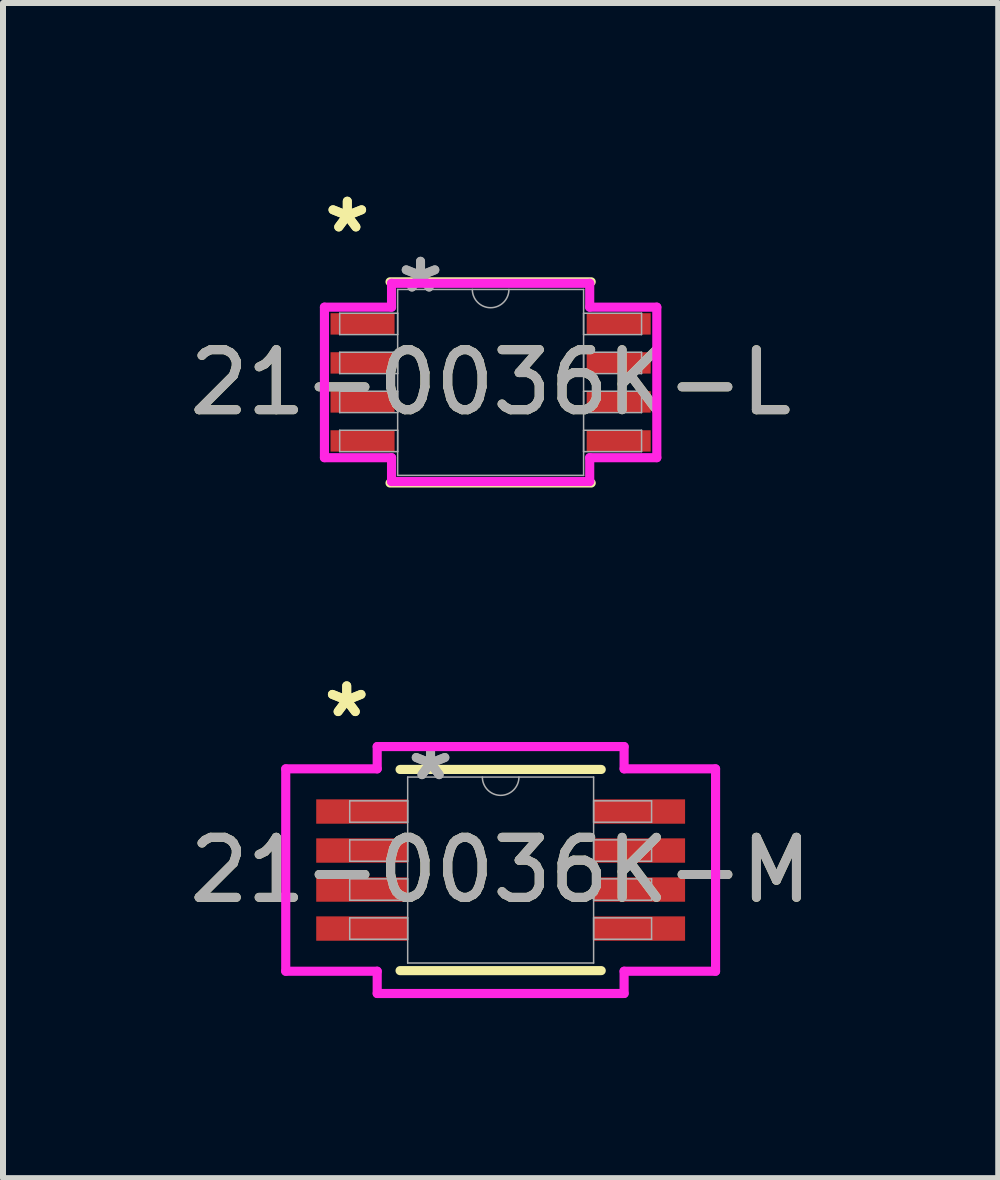
<source format=kicad_pcb>
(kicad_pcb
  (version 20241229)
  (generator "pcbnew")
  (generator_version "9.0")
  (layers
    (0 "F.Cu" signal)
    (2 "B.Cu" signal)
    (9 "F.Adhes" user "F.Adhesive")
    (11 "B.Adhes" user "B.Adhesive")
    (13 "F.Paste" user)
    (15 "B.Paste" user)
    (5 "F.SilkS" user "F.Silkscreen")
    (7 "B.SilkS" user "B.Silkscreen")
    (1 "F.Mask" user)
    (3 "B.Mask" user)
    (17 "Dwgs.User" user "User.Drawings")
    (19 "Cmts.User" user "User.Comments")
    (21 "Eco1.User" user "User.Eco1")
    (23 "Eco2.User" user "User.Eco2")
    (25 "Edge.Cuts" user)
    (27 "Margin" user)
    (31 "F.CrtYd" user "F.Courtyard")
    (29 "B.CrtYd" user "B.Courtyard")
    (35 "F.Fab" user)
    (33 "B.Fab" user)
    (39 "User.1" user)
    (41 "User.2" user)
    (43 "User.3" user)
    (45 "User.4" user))
  (footprint "21-0036K-L"
    (layer "F.Cu")
    (at 5.125 3.322)
    (property "Reference" "21-0036K-L" (at 0 0 0) (unlocked yes) (layer "F.SilkS") (effects (font (size 1 1) (thickness 0.15))))
    (attr smd)
    (fp_line (start -1.676 1.676) (end 1.676 1.676) (stroke (width 0.152) (type solid)) (layer "F.SilkS"))
    (fp_line (start 1.676 -1.676) (end -1.676 -1.676) (stroke (width 0.152) (type solid)) (layer "F.SilkS"))
    (fp_line (start -2.769 -1.254) (end -1.651 -1.254) (stroke (width 0.152) (type solid)) (layer "F.CrtYd"))
    (fp_line (start -2.769 1.254) (end -2.769 -1.254) (stroke (width 0.152) (type solid)) (layer "F.CrtYd"))
    (fp_line (start -2.769 1.254) (end -1.651 1.254) (stroke (width 0.152) (type solid)) (layer "F.CrtYd"))
    (fp_line (start -1.651 -1.651) (end 1.651 -1.651) (stroke (width 0.152) (type solid)) (layer "F.CrtYd"))
    (fp_line (start -1.651 -1.254) (end -1.651 -1.651) (stroke (width 0.152) (type solid)) (layer "F.CrtYd"))
    (fp_line (start -1.651 1.651) (end -1.651 1.254) (stroke (width 0.152) (type solid)) (layer "F.CrtYd"))
    (fp_line (start 1.651 -1.651) (end 1.651 -1.254) (stroke (width 0.152) (type solid)) (layer "F.CrtYd"))
    (fp_line (start 1.651 1.254) (end 1.651 1.651) (stroke (width 0.152) (type solid)) (layer "F.CrtYd"))
    (fp_line (start 1.651 1.651) (end -1.651 1.651) (stroke (width 0.152) (type solid)) (layer "F.CrtYd"))
    (fp_line (start 2.769 -1.254) (end 1.651 -1.254) (stroke (width 0.152) (type solid)) (layer "F.CrtYd"))
    (fp_line (start 2.769 -1.254) (end 2.769 1.254) (stroke (width 0.152) (type solid)) (layer "F.CrtYd"))
    (fp_line (start 2.769 1.254) (end 1.651 1.254) (stroke (width 0.152) (type solid)) (layer "F.CrtYd"))
    (fp_line (start -2.515 -1.153) (end -2.515 -0.797) (stroke (width 0.025) (type solid)) (layer "F.Fab"))
    (fp_line (start -2.515 -0.797) (end -1.549 -0.797) (stroke (width 0.025) (type solid)) (layer "F.Fab"))
    (fp_line (start -2.515 -0.503) (end -2.515 -0.147) (stroke (width 0.025) (type solid)) (layer "F.Fab"))
    (fp_line (start -2.515 -0.147) (end -1.549 -0.147) (stroke (width 0.025) (type solid)) (layer "F.Fab"))
    (fp_line (start -2.515 0.147) (end -2.515 0.503) (stroke (width 0.025) (type solid)) (layer "F.Fab"))
    (fp_line (start -2.515 0.503) (end -1.549 0.503) (stroke (width 0.025) (type solid)) (layer "F.Fab"))
    (fp_line (start -2.515 0.797) (end -2.515 1.153) (stroke (width 0.025) (type solid)) (layer "F.Fab"))
    (fp_line (start -2.515 1.153) (end -1.549 1.153) (stroke (width 0.025) (type solid)) (layer "F.Fab"))
    (fp_line (start -1.549 -1.549) (end -1.549 1.549) (stroke (width 0.025) (type solid)) (layer "F.Fab"))
    (fp_line (start -1.549 -1.153) (end -2.515 -1.153) (stroke (width 0.025) (type solid)) (layer "F.Fab"))
    (fp_line (start -1.549 -0.797) (end -1.549 -1.153) (stroke (width 0.025) (type solid)) (layer "F.Fab"))
    (fp_line (start -1.549 -0.503) (end -2.515 -0.503) (stroke (width 0.025) (type solid)) (layer "F.Fab"))
    (fp_line (start -1.549 -0.147) (end -1.549 -0.503) (stroke (width 0.025) (type solid)) (layer "F.Fab"))
    (fp_line (start -1.549 0.147) (end -2.515 0.147) (stroke (width 0.025) (type solid)) (layer "F.Fab"))
    (fp_line (start -1.549 0.503) (end -1.549 0.147) (stroke (width 0.025) (type solid)) (layer "F.Fab"))
    (fp_line (start -1.549 0.797) (end -2.515 0.797) (stroke (width 0.025) (type solid)) (layer "F.Fab"))
    (fp_line (start -1.549 1.153) (end -1.549 0.797) (stroke (width 0.025) (type solid)) (layer "F.Fab"))
    (fp_line (start -1.549 1.549) (end 1.549 1.549) (stroke (width 0.025) (type solid)) (layer "F.Fab"))
    (fp_line (start 1.549 -1.549) (end -1.549 -1.549) (stroke (width 0.025) (type solid)) (layer "F.Fab"))
    (fp_line (start 1.549 -1.153) (end 1.549 -0.797) (stroke (width 0.025) (type solid)) (layer "F.Fab"))
    (fp_line (start 1.549 -0.797) (end 2.515 -0.797) (stroke (width 0.025) (type solid)) (layer "F.Fab"))
    (fp_line (start 1.549 -0.503) (end 1.549 -0.147) (stroke (width 0.025) (type solid)) (layer "F.Fab"))
    (fp_line (start 1.549 -0.147) (end 2.515 -0.147) (stroke (width 0.025) (type solid)) (layer "F.Fab"))
    (fp_line (start 1.549 0.147) (end 1.549 0.503) (stroke (width 0.025) (type solid)) (layer "F.Fab"))
    (fp_line (start 1.549 0.503) (end 2.515 0.503) (stroke (width 0.025) (type solid)) (layer "F.Fab"))
    (fp_line (start 1.549 0.797) (end 1.549 1.153) (stroke (width 0.025) (type solid)) (layer "F.Fab"))
    (fp_line (start 1.549 1.153) (end 2.515 1.153) (stroke (width 0.025) (type solid)) (layer "F.Fab"))
    (fp_line (start 1.549 1.549) (end 1.549 -1.549) (stroke (width 0.025) (type solid)) (layer "F.Fab"))
    (fp_line (start 2.515 -1.153) (end 1.549 -1.153) (stroke (width 0.025) (type solid)) (layer "F.Fab"))
    (fp_line (start 2.515 -0.797) (end 2.515 -1.153) (stroke (width 0.025) (type solid)) (layer "F.Fab"))
    (fp_line (start 2.515 -0.503) (end 1.549 -0.503) (stroke (width 0.025) (type solid)) (layer "F.Fab"))
    (fp_line (start 2.515 -0.147) (end 2.515 -0.503) (stroke (width 0.025) (type solid)) (layer "F.Fab"))
    (fp_line (start 2.515 0.147) (end 1.549 0.147) (stroke (width 0.025) (type solid)) (layer "F.Fab"))
    (fp_line (start 2.515 0.503) (end 2.515 0.147) (stroke (width 0.025) (type solid)) (layer "F.Fab"))
    (fp_line (start 2.515 0.797) (end 1.549 0.797) (stroke (width 0.025) (type solid)) (layer "F.Fab"))
    (fp_line (start 2.515 1.153) (end 2.515 0.797) (stroke (width 0.025) (type solid)) (layer "F.Fab"))
    (fp_arc (start 0.3048 -1.5494) (mid 0 -1.2446) (end -0.3048 -1.5494) (stroke (width 0.0254) (type solid)) (layer "F.Fab"))
    (fp_text user "*" (at -2.388 -2.474 0) (layer "F.SilkS") (effects (font (size 1 1) (thickness 0.15))))
    (fp_text user "*" (at -2.388 -2.474 0) (unlocked yes) (layer "F.SilkS") (effects (font (size 1 1) (thickness 0.15))))
    (fp_text user "*" (at -1.168 -1.473 0) (unlocked yes) (layer "F.Fab") (effects (font (size 1 1) (thickness 0.15))))
    (fp_text user "${REFERENCE}" (at 0 0 0) (unlocked yes) (layer "F.Fab") (effects (font (size 1 1) (thickness 0.15))))
    (fp_text user "*" (at -1.168 -1.473 0) (layer "F.Fab") (effects (font (size 1 1) (thickness 0.15))))
    (pad "1" smd rect (at -2.134 -0.975) (size 1.067 0.356) (layers "F.Cu" "F.Mask" "F.Paste"))
    (pad "2" smd rect (at -2.134 -0.325) (size 1.067 0.356) (layers "F.Cu" "F.Mask" "F.Paste"))
    (pad "3" smd rect (at -2.134 0.325) (size 1.067 0.356) (layers "F.Cu" "F.Mask" "F.Paste"))
    (pad "4" smd rect (at -2.134 0.975) (size 1.067 0.356) (layers "F.Cu" "F.Mask" "F.Paste"))
    (pad "5" smd rect (at 2.134 0.975) (size 1.067 0.356) (layers "F.Cu" "F.Mask" "F.Paste"))
    (pad "6" smd rect (at 2.134 0.325) (size 1.067 0.356) (layers "F.Cu" "F.Mask" "F.Paste"))
    (pad "7" smd rect (at 2.134 -0.325) (size 1.067 0.356) (layers "F.Cu" "F.Mask" "F.Paste"))
    (pad "8" smd rect (at 2.134 -0.975) (size 1.067 0.356) (layers "F.Cu" "F.Mask" "F.Paste")))
  (footprint "21-0036K-M"
    (layer "F.Cu")
    (at 5.292 11.447)
    (property "Reference" "21-0036K-M" (at 0 0 0) (unlocked yes) (layer "F.SilkS") (effects (font (size 1 1) (thickness 0.15))))
    (attr smd)
    (fp_line (start -1.676 1.676) (end 1.676 1.676) (stroke (width 0.152) (type solid)) (layer "F.SilkS"))
    (fp_line (start 1.676 -1.676) (end -1.676 -1.676) (stroke (width 0.152) (type solid)) (layer "F.SilkS"))
    (fp_line (start -3.581 -1.686) (end -2.057 -1.686) (stroke (width 0.152) (type solid)) (layer "F.CrtYd"))
    (fp_line (start -3.581 1.686) (end -3.581 -1.686) (stroke (width 0.152) (type solid)) (layer "F.CrtYd"))
    (fp_line (start -3.581 1.686) (end -2.057 1.686) (stroke (width 0.152) (type solid)) (layer "F.CrtYd"))
    (fp_line (start -2.057 -2.057) (end 2.057 -2.057) (stroke (width 0.152) (type solid)) (layer "F.CrtYd"))
    (fp_line (start -2.057 -1.686) (end -2.057 -2.057) (stroke (width 0.152) (type solid)) (layer "F.CrtYd"))
    (fp_line (start -2.057 2.057) (end -2.057 1.686) (stroke (width 0.152) (type solid)) (layer "F.CrtYd"))
    (fp_line (start 2.057 -2.057) (end 2.057 -1.686) (stroke (width 0.152) (type solid)) (layer "F.CrtYd"))
    (fp_line (start 2.057 1.686) (end 2.057 2.057) (stroke (width 0.152) (type solid)) (layer "F.CrtYd"))
    (fp_line (start 2.057 2.057) (end -2.057 2.057) (stroke (width 0.152) (type solid)) (layer "F.CrtYd"))
    (fp_line (start 3.581 -1.686) (end 2.057 -1.686) (stroke (width 0.152) (type solid)) (layer "F.CrtYd"))
    (fp_line (start 3.581 -1.686) (end 3.581 1.686) (stroke (width 0.152) (type solid)) (layer "F.CrtYd"))
    (fp_line (start 3.581 1.686) (end 2.057 1.686) (stroke (width 0.152) (type solid)) (layer "F.CrtYd"))
    (fp_line (start -2.515 -1.153) (end -2.515 -0.797) (stroke (width 0.025) (type solid)) (layer "F.Fab"))
    (fp_line (start -2.515 -0.797) (end -1.549 -0.797) (stroke (width 0.025) (type solid)) (layer "F.Fab"))
    (fp_line (start -2.515 -0.503) (end -2.515 -0.147) (stroke (width 0.025) (type solid)) (layer "F.Fab"))
    (fp_line (start -2.515 -0.147) (end -1.549 -0.147) (stroke (width 0.025) (type solid)) (layer "F.Fab"))
    (fp_line (start -2.515 0.147) (end -2.515 0.503) (stroke (width 0.025) (type solid)) (layer "F.Fab"))
    (fp_line (start -2.515 0.503) (end -1.549 0.503) (stroke (width 0.025) (type solid)) (layer "F.Fab"))
    (fp_line (start -2.515 0.797) (end -2.515 1.153) (stroke (width 0.025) (type solid)) (layer "F.Fab"))
    (fp_line (start -2.515 1.153) (end -1.549 1.153) (stroke (width 0.025) (type solid)) (layer "F.Fab"))
    (fp_line (start -1.549 -1.549) (end -1.549 1.549) (stroke (width 0.025) (type solid)) (layer "F.Fab"))
    (fp_line (start -1.549 -1.153) (end -2.515 -1.153) (stroke (width 0.025) (type solid)) (layer "F.Fab"))
    (fp_line (start -1.549 -0.797) (end -1.549 -1.153) (stroke (width 0.025) (type solid)) (layer "F.Fab"))
    (fp_line (start -1.549 -0.503) (end -2.515 -0.503) (stroke (width 0.025) (type solid)) (layer "F.Fab"))
    (fp_line (start -1.549 -0.147) (end -1.549 -0.503) (stroke (width 0.025) (type solid)) (layer "F.Fab"))
    (fp_line (start -1.549 0.147) (end -2.515 0.147) (stroke (width 0.025) (type solid)) (layer "F.Fab"))
    (fp_line (start -1.549 0.503) (end -1.549 0.147) (stroke (width 0.025) (type solid)) (layer "F.Fab"))
    (fp_line (start -1.549 0.797) (end -2.515 0.797) (stroke (width 0.025) (type solid)) (layer "F.Fab"))
    (fp_line (start -1.549 1.153) (end -1.549 0.797) (stroke (width 0.025) (type solid)) (layer "F.Fab"))
    (fp_line (start -1.549 1.549) (end 1.549 1.549) (stroke (width 0.025) (type solid)) (layer "F.Fab"))
    (fp_line (start 1.549 -1.549) (end -1.549 -1.549) (stroke (width 0.025) (type solid)) (layer "F.Fab"))
    (fp_line (start 1.549 -1.153) (end 1.549 -0.797) (stroke (width 0.025) (type solid)) (layer "F.Fab"))
    (fp_line (start 1.549 -0.797) (end 2.515 -0.797) (stroke (width 0.025) (type solid)) (layer "F.Fab"))
    (fp_line (start 1.549 -0.503) (end 1.549 -0.147) (stroke (width 0.025) (type solid)) (layer "F.Fab"))
    (fp_line (start 1.549 -0.147) (end 2.515 -0.147) (stroke (width 0.025) (type solid)) (layer "F.Fab"))
    (fp_line (start 1.549 0.147) (end 1.549 0.503) (stroke (width 0.025) (type solid)) (layer "F.Fab"))
    (fp_line (start 1.549 0.503) (end 2.515 0.503) (stroke (width 0.025) (type solid)) (layer "F.Fab"))
    (fp_line (start 1.549 0.797) (end 1.549 1.153) (stroke (width 0.025) (type solid)) (layer "F.Fab"))
    (fp_line (start 1.549 1.153) (end 2.515 1.153) (stroke (width 0.025) (type solid)) (layer "F.Fab"))
    (fp_line (start 1.549 1.549) (end 1.549 -1.549) (stroke (width 0.025) (type solid)) (layer "F.Fab"))
    (fp_line (start 2.515 -1.153) (end 1.549 -1.153) (stroke (width 0.025) (type solid)) (layer "F.Fab"))
    (fp_line (start 2.515 -0.797) (end 2.515 -1.153) (stroke (width 0.025) (type solid)) (layer "F.Fab"))
    (fp_line (start 2.515 -0.503) (end 1.549 -0.503) (stroke (width 0.025) (type solid)) (layer "F.Fab"))
    (fp_line (start 2.515 -0.147) (end 2.515 -0.503) (stroke (width 0.025) (type solid)) (layer "F.Fab"))
    (fp_line (start 2.515 0.147) (end 1.549 0.147) (stroke (width 0.025) (type solid)) (layer "F.Fab"))
    (fp_line (start 2.515 0.503) (end 2.515 0.147) (stroke (width 0.025) (type solid)) (layer "F.Fab"))
    (fp_line (start 2.515 0.797) (end 1.549 0.797) (stroke (width 0.025) (type solid)) (layer "F.Fab"))
    (fp_line (start 2.515 1.153) (end 2.515 0.797) (stroke (width 0.025) (type solid)) (layer "F.Fab"))
    (fp_arc (start 0.3048 -1.5494) (mid 0 -1.2446) (end -0.3048 -1.5494) (stroke (width 0.0254) (type solid)) (layer "F.Fab"))
    (fp_text user "*" (at -2.565 -2.524 0) (layer "F.SilkS") (effects (font (size 1 1) (thickness 0.15))))
    (fp_text user "*" (at -2.565 -2.524 0) (unlocked yes) (layer "F.SilkS") (effects (font (size 1 1) (thickness 0.15))))
    (fp_text user "*" (at -1.168 -1.473 0) (unlocked yes) (layer "F.Fab") (effects (font (size 1 1) (thickness 0.15))))
    (fp_text user "${REFERENCE}" (at 0 0 0) (unlocked yes) (layer "F.Fab") (effects (font (size 1 1) (thickness 0.15))))
    (fp_text user "*" (at -1.168 -1.473 0) (layer "F.Fab") (effects (font (size 1 1) (thickness 0.15))))
    (pad "1" smd rect (at -2.311 -0.975) (size 1.524 0.406) (layers "F.Cu" "F.Mask" "F.Paste"))
    (pad "2" smd rect (at -2.311 -0.325) (size 1.524 0.406) (layers "F.Cu" "F.Mask" "F.Paste"))
    (pad "3" smd rect (at -2.311 0.325) (size 1.524 0.406) (layers "F.Cu" "F.Mask" "F.Paste"))
    (pad "4" smd rect (at -2.311 0.975) (size 1.524 0.406) (layers "F.Cu" "F.Mask" "F.Paste"))
    (pad "5" smd rect (at 2.311 0.975) (size 1.524 0.406) (layers "F.Cu" "F.Mask" "F.Paste"))
    (pad "6" smd rect (at 2.311 0.325) (size 1.524 0.406) (layers "F.Cu" "F.Mask" "F.Paste"))
    (pad "7" smd rect (at 2.311 -0.325) (size 1.524 0.406) (layers "F.Cu" "F.Mask" "F.Paste"))
    (pad "8" smd rect (at 2.311 -0.975) (size 1.524 0.406) (layers "F.Cu" "F.Mask" "F.Paste")))
  (gr_rect
    (start -3 -3)
    (end 13.583 16.581)
    (stroke (width 0.1) (type default))
    (fill no)
    (layer "Edge.Cuts")))
</source>
